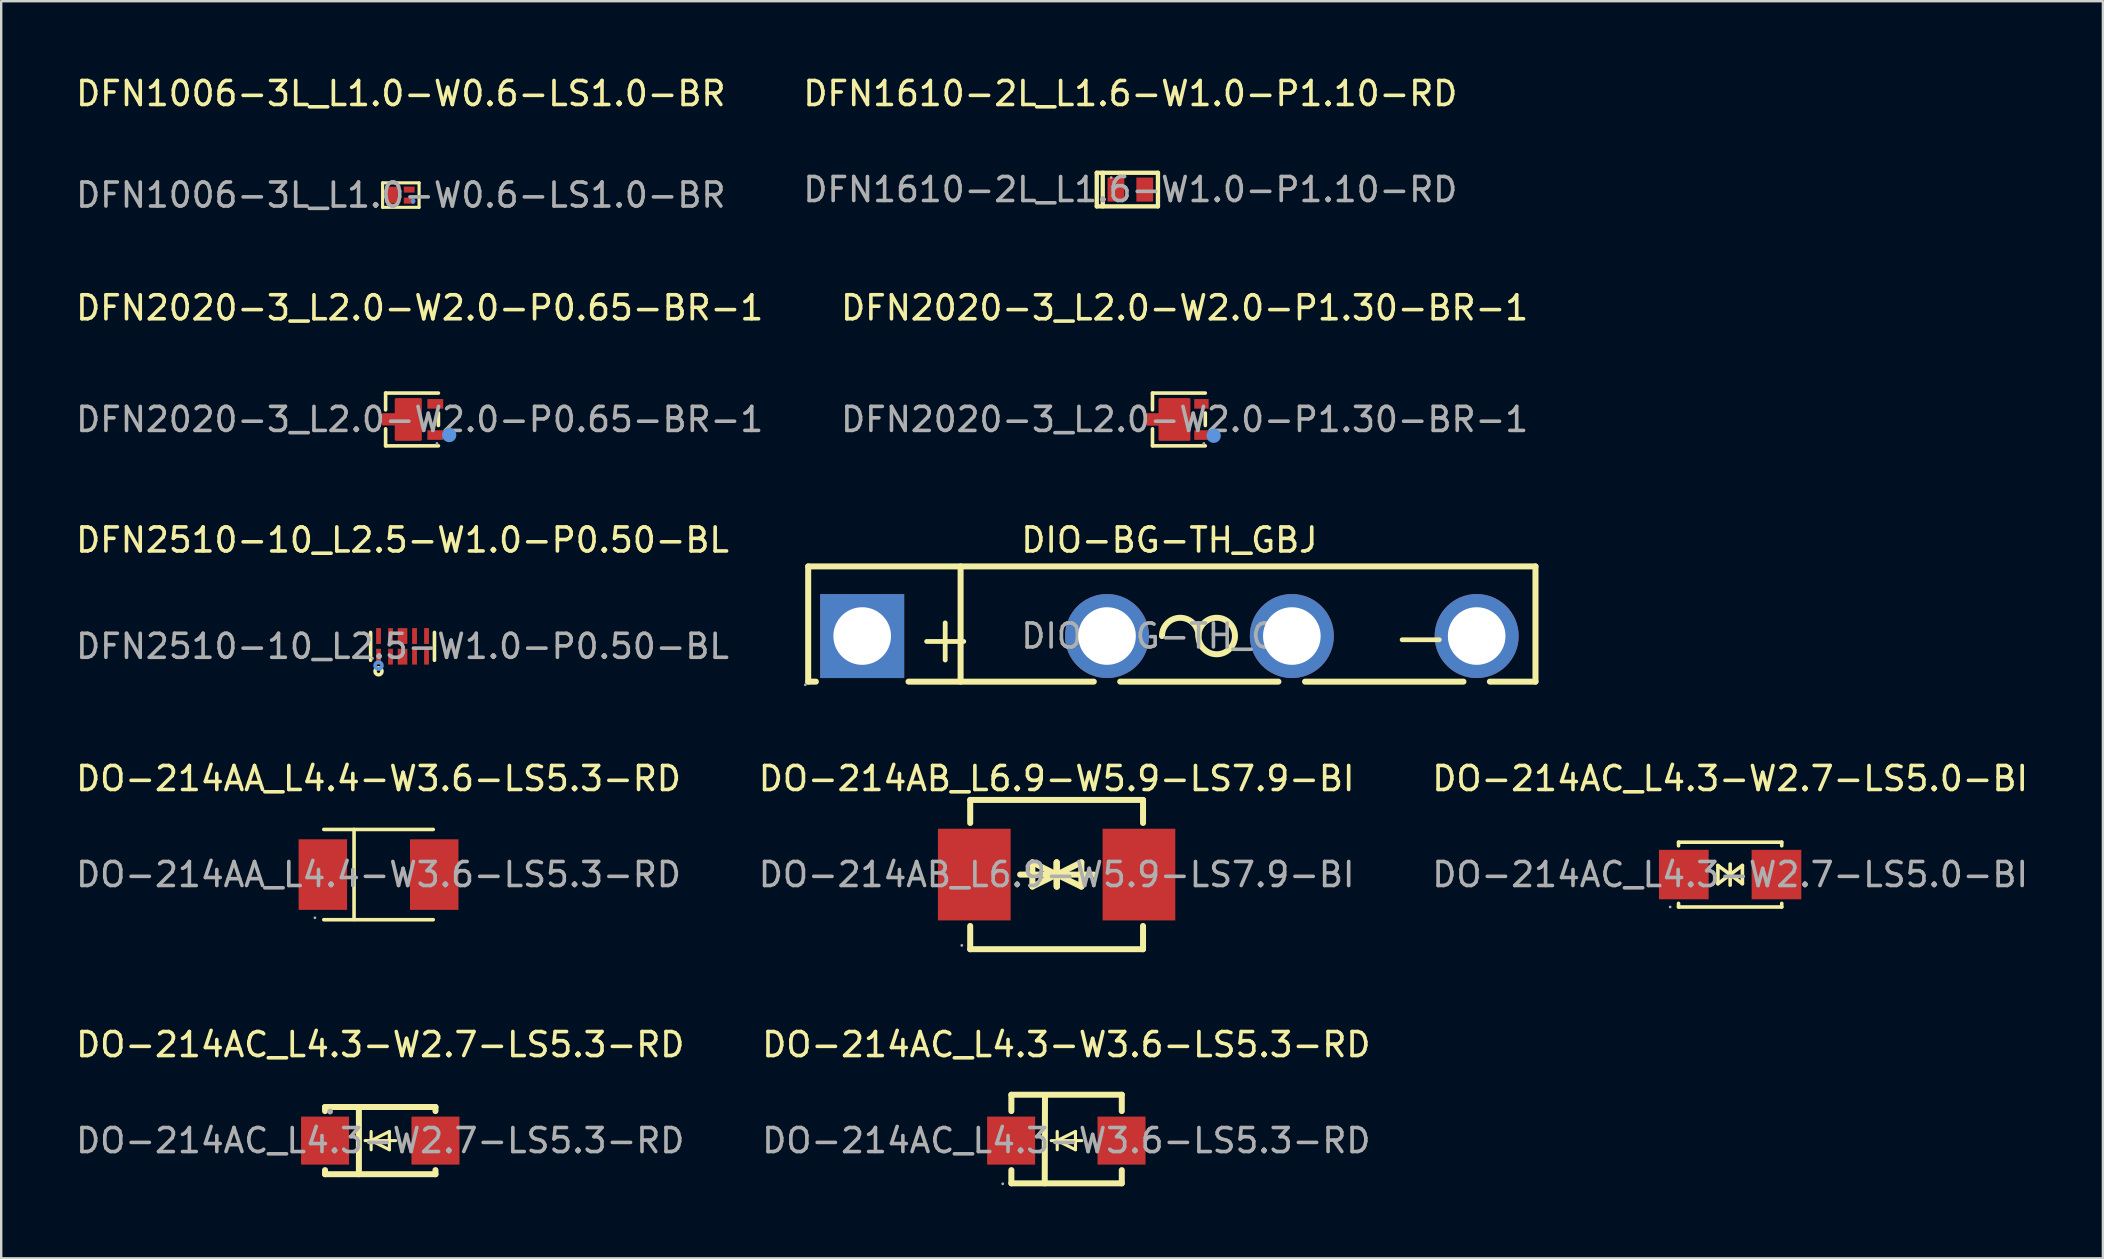
<source format=kicad_pcb>
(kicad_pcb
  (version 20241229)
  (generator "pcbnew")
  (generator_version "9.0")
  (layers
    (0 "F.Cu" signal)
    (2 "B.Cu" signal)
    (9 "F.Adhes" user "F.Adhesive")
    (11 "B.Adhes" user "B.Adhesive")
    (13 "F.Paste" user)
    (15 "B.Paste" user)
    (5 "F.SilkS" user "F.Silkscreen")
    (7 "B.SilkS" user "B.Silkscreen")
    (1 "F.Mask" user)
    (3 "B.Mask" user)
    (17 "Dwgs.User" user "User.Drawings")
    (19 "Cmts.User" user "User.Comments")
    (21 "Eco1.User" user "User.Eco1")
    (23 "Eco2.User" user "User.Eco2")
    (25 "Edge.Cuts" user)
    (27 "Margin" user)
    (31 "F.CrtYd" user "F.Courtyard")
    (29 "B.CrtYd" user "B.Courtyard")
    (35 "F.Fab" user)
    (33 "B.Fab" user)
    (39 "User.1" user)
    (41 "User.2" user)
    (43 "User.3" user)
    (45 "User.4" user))
  (footprint "DFN1006-3L_L1.0-W0.6-LS1.0-BR"
    (layer "F.Cu")
    (at 13.649 5.078)
    (property "Reference" "DFN1006-3L_L1.0-W0.6-LS1.0-BR" (at 0 -4.23 0) (layer "F.SilkS") (effects (font (size 1 1) (thickness 0.15))))
    (attr smd)
    (fp_line (start -0.76 -0.51) (end -0.25 -0.51) (stroke (width 0.13) (type solid)) (layer "F.SilkS"))
    (fp_line (start -0.76 0.51) (end -0.76 -0.51) (stroke (width 0.13) (type solid)) (layer "F.SilkS"))
    (fp_line (start -0.25 -0.51) (end 0.76 -0.51) (stroke (width 0.13) (type solid)) (layer "F.SilkS"))
    (fp_line (start 0.76 -0.51) (end 0.76 0.51) (stroke (width 0.13) (type solid)) (layer "F.SilkS"))
    (fp_line (start 0.76 0.51) (end -0.76 0.51) (stroke (width 0.13) (type solid)) (layer "F.SilkS"))
    (fp_circle (center 0.51 0.25) (end 0.56 0.25) (stroke (width 0.1) (type solid)) (fill no) (layer "Cmts.User"))
    (fp_circle (center 0.5 0.3) (end 0.53 0.3) (stroke (width 0.06) (type solid)) (fill no) (layer "F.Fab"))
    (fp_text user "${REFERENCE}" (at 0 0 0) (layer "F.Fab") (effects (font (size 1 1) (thickness 0.15))))
    (pad "1" smd rect (at 0.35 0.23) (size 0.45 0.25) (layers "F.Cu" "F.Mask" "F.Paste"))
    (pad "2" smd rect (at 0.35 -0.23) (size 0.45 0.25) (layers "F.Cu" "F.Mask" "F.Paste"))
    (pad "3" smd rect (at -0.35 0 180) (size 0.45 0.7) (layers "F.Cu" "F.Mask" "F.Paste")))
  (footprint "DFN1610-2L_L1.6-W1.0-P1.10-RD"
    (layer "F.Cu")
    (at 44.042 4.848)
    (property "Reference" "DFN1610-2L_L1.6-W1.0-P1.10-RD" (at 0 -4 0) (layer "F.SilkS") (effects (font (size 1 1) (thickness 0.15))))
    (attr smd)
    (fp_line (start -1.4 -0.7) (end -1.4 0.7) (stroke (width 0.18) (type solid)) (layer "F.SilkS"))
    (fp_line (start -1.4 -0.7) (end 1.15 -0.7) (stroke (width 0.18) (type solid)) (layer "F.SilkS"))
    (fp_line (start -1.4 0.7) (end 1.15 0.7) (stroke (width 0.18) (type solid)) (layer "F.SilkS"))
    (fp_line (start -1.15 -0.7) (end -1.15 0.7) (stroke (width 0.18) (type solid)) (layer "F.SilkS"))
    (fp_line (start 1.15 -0.7) (end 1.15 0.7) (stroke (width 0.18) (type solid)) (layer "F.SilkS"))
    (fp_circle (center -0.8 -0.5) (end -0.77 -0.5) (stroke (width 0.06) (type solid)) (fill no) (layer "F.Fab"))
    (fp_text user "${REFERENCE}" (at 0 0 0) (layer "F.Fab") (effects (font (size 1 1) (thickness 0.15))))
    (pad "1" smd rect (at -0.6 0 90) (size 1 0.7) (layers "F.Cu" "F.Mask" "F.Paste"))
    (pad "2" smd rect (at 0.6 0 90) (size 1 0.7) (layers "F.Cu" "F.Mask" "F.Paste")))
  (footprint "DFN2510-10_L2.5-W1.0-P0.50-BL"
    (layer "F.Cu")
    (at 13.72 23.878)
    (property "Reference" "DFN2510-10_L2.5-W1.0-P0.50-BL" (at 0 -4.43 0) (layer "F.SilkS") (effects (font (size 1 1) (thickness 0.15))))
    (attr smd)
    (fp_line (start -1.33 0.58) (end -1.33 -0.58) (stroke (width 0.15) (type solid)) (layer "F.SilkS"))
    (fp_line (start 1.33 0.58) (end 1.33 -0.58) (stroke (width 0.15) (type solid)) (layer "F.SilkS"))
    (fp_circle (center -1 1.04) (end -0.93 1.04) (stroke (width 0.15) (type solid)) (fill no) (layer "F.SilkS"))
    (fp_circle (center -1 0.8) (end -0.93 0.8) (stroke (width 0.15) (type solid)) (fill no) (layer "Cmts.User"))
    (fp_circle (center -1.25 0.5) (end -1.22 0.5) (stroke (width 0.06) (type solid)) (fill no) (layer "F.Fab"))
    (fp_text user "${REFERENCE}" (at 0 0 0) (layer "F.Fab") (effects (font (size 1 1) (thickness 0.15))))
    (pad "1" smd rect (at -1 0.43) (size 0.2 0.66) (layers "F.Cu" "F.Mask" "F.Paste"))
    (pad "2" smd rect (at -0.5 0.43) (size 0.2 0.66) (layers "F.Cu" "F.Mask" "F.Paste"))
    (pad "3" smd rect (at 0 0.43) (size 0.4 0.66) (layers "F.Cu" "F.Mask" "F.Paste"))
    (pad "4" smd rect (at 0.5 0.43) (size 0.2 0.66) (layers "F.Cu" "F.Mask" "F.Paste"))
    (pad "5" smd rect (at 1 0.43) (size 0.2 0.66) (layers "F.Cu" "F.Mask" "F.Paste"))
    (pad "6" smd rect (at 1 -0.43) (size 0.2 0.66) (layers "F.Cu" "F.Mask" "F.Paste"))
    (pad "7" smd rect (at 0.5 -0.43) (size 0.2 0.66) (layers "F.Cu" "F.Mask" "F.Paste"))
    (pad "8" smd rect (at 0 -0.43) (size 0.4 0.66) (layers "F.Cu" "F.Mask" "F.Paste"))
    (pad "9" smd rect (at -0.5 -0.43) (size 0.2 0.66) (layers "F.Cu" "F.Mask" "F.Paste"))
    (pad "10" smd rect (at -1 -0.43) (size 0.2 0.66) (layers "F.Cu" "F.Mask" "F.Paste")))
  (footprint "DO-214AC_L4.3-W2.7-LS5.3-RD"
    (layer "F.Cu")
    (at 12.792 44.469)
    (property "Reference" "DO-214AC_L4.3-W2.7-LS5.3-RD" (at 0 -4 0) (layer "F.SilkS") (effects (font (size 1 1) (thickness 0.15))))
    (attr smd)
    (fp_line (start -2.3 -1.4) (end -2.3 -1.23) (stroke (width 0.25) (type solid)) (layer "F.SilkS"))
    (fp_line (start -2.3 -1.4) (end 2.3 -1.4) (stroke (width 0.25) (type solid)) (layer "F.SilkS"))
    (fp_line (start -2.3 1.23) (end -2.3 1.4) (stroke (width 0.25) (type solid)) (layer "F.SilkS"))
    (fp_line (start -2.3 1.4) (end 2.3 1.4) (stroke (width 0.25) (type solid)) (layer "F.SilkS"))
    (fp_line (start -0.89 1.4) (end -0.89 -1.4) (stroke (width 0.25) (type solid)) (layer "F.SilkS"))
    (fp_line (start -0.38 0) (end -0.38 -0.38) (stroke (width 0.13) (type solid)) (layer "F.SilkS"))
    (fp_line (start -0.38 0) (end -0.38 0.38) (stroke (width 0.13) (type solid)) (layer "F.SilkS"))
    (fp_line (start 0.38 -0.38) (end -0.38 0) (stroke (width 0.13) (type solid)) (layer "F.SilkS"))
    (fp_line (start 0.38 0) (end 0.38 -0.38) (stroke (width 0.13) (type solid)) (layer "F.SilkS"))
    (fp_line (start 0.38 0) (end 0.38 0.38) (stroke (width 0.13) (type solid)) (layer "F.SilkS"))
    (fp_line (start 0.38 0.38) (end -0.38 0) (stroke (width 0.13) (type solid)) (layer "F.SilkS"))
    (fp_line (start 0.64 0) (end -0.63 0) (stroke (width 0.13) (type solid)) (layer "F.SilkS"))
    (fp_line (start 2.3 -1.4) (end 2.3 -1.23) (stroke (width 0.25) (type solid)) (layer "F.SilkS"))
    (fp_line (start 2.3 1.23) (end 2.3 1.4) (stroke (width 0.25) (type solid)) (layer "F.SilkS"))
    (fp_circle (center -2.09 -1.21) (end -2.03 -1.21) (stroke (width 0.12) (type solid)) (fill no) (layer "F.Fab"))
    (fp_text user "${REFERENCE}" (at 0 0 0) (layer "F.Fab") (effects (font (size 1 1) (thickness 0.15))))
    (pad "1" smd rect (at -2.3 0 180) (size 2 2) (layers "F.Cu" "F.Mask" "F.Paste"))
    (pad "2" smd rect (at 2.3 0 180) (size 2 2) (layers "F.Cu" "F.Mask" "F.Paste")))
  (footprint "DO-214AC_L4.3-W2.7-LS5.0-BI"
    (layer "F.Cu")
    (at 69.03 33.386)
    (property "Reference" "DO-214AC_L4.3-W2.7-LS5.0-BI" (at 0 -4 0) (layer "F.SilkS") (effects (font (size 1 1) (thickness 0.15))))
    (attr smd)
    (fp_line (start -2.15 -1.35) (end -2.15 -1.2) (stroke (width 0.15) (type solid)) (layer "F.SilkS"))
    (fp_line (start -2.15 -1.35) (end 2.15 -1.35) (stroke (width 0.15) (type solid)) (layer "F.SilkS"))
    (fp_line (start -2.15 1.2) (end -2.15 1.35) (stroke (width 0.15) (type solid)) (layer "F.SilkS"))
    (fp_line (start -2.15 1.35) (end 2.15 1.35) (stroke (width 0.15) (type solid)) (layer "F.SilkS"))
    (fp_line (start -0.51 -0.38) (end 0 0) (stroke (width 0.15) (type solid)) (layer "F.SilkS"))
    (fp_line (start -0.51 0.38) (end -0.51 -0.38) (stroke (width 0.15) (type solid)) (layer "F.SilkS"))
    (fp_line (start 0 -0.44) (end 0 0.44) (stroke (width 0.15) (type solid)) (layer "F.SilkS"))
    (fp_line (start 0 0) (end -0.51 0.38) (stroke (width 0.15) (type solid)) (layer "F.SilkS"))
    (fp_line (start 0 0) (end 0.51 -0.38) (stroke (width 0.15) (type solid)) (layer "F.SilkS"))
    (fp_line (start 0.51 -0.38) (end 0.51 0.38) (stroke (width 0.15) (type solid)) (layer "F.SilkS"))
    (fp_line (start 0.51 0.38) (end 0 0) (stroke (width 0.15) (type solid)) (layer "F.SilkS"))
    (fp_line (start 2.15 -1.35) (end 2.15 -1.2) (stroke (width 0.15) (type solid)) (layer "F.SilkS"))
    (fp_line (start 2.15 1.2) (end 2.15 1.35) (stroke (width 0.15) (type solid)) (layer "F.SilkS"))
    (fp_circle (center -2.5 1.35) (end -2.47 1.35) (stroke (width 0.06) (type solid)) (fill no) (layer "F.Fab"))
    (fp_text user "${REFERENCE}" (at 0 0 0) (layer "F.Fab") (effects (font (size 1 1) (thickness 0.15))))
    (pad "1" smd rect (at -1.93 0) (size 2.07 2.06) (layers "F.Cu" "F.Mask" "F.Paste"))
    (pad "2" smd rect (at 1.93 0) (size 2.07 2.06) (layers "F.Cu" "F.Mask" "F.Paste")))
  (footprint "DO-214AA_L4.4-W3.6-LS5.3-RD"
    (layer "F.Cu")
    (at 12.72 33.386)
    (property "Reference" "DO-214AA_L4.4-W3.6-LS5.3-RD" (at 0 -4 0) (layer "F.SilkS") (effects (font (size 1 1) (thickness 0.15))))
    (attr smd)
    (fp_line (start -2.28 -1.88) (end 2.28 -1.88) (stroke (width 0.15) (type solid)) (layer "F.SilkS"))
    (fp_line (start -2.28 1.88) (end 2.28 1.88) (stroke (width 0.15) (type solid)) (layer "F.SilkS"))
    (fp_line (start -1.02 -1.88) (end -1.02 1.87) (stroke (width 0.15) (type solid)) (layer "F.SilkS"))
    (fp_circle (center -2.65 1.8) (end -2.62 1.8) (stroke (width 0.06) (type solid)) (fill no) (layer "F.Fab"))
    (fp_text user "${REFERENCE}" (at 0 0 0) (layer "F.Fab") (effects (font (size 1 1) (thickness 0.15))))
    (pad "1" smd rect (at -2.32 0) (size 2.02 2.94) (layers "F.Cu" "F.Mask" "F.Paste"))
    (pad "2" smd rect (at 2.32 0) (size 2.02 2.94) (layers "F.Cu" "F.Mask" "F.Paste")))
  (footprint "DIO-BG-TH_GBJ"
    (layer "F.Cu")
    (at 45.67 23.448)
    (property "Reference" "DIO-BG-TH_GBJ" (at 0 -4 0) (layer "F.SilkS") (effects (font (size 1 1) (thickness 0.15))))
    (attr through_hole)
    (fp_line (start -15.05 -2.9) (end -15.05 1.9) (stroke (width 0.25) (type solid)) (layer "F.SilkS"))
    (fp_line (start -15.05 -2.9) (end 15.25 -2.9) (stroke (width 0.25) (type solid)) (layer "F.SilkS"))
    (fp_line (start -15.05 1.9) (end -14.73 1.9) (stroke (width 0.25) (type solid)) (layer "F.SilkS"))
    (fp_line (start -10.87 1.9) (end -3.15 1.9) (stroke (width 0.25) (type solid)) (layer "F.SilkS"))
    (fp_line (start -8.7 -2.9) (end -8.7 1.9) (stroke (width 0.25) (type solid)) (layer "F.SilkS"))
    (fp_line (start -2.05 1.9) (end 4.54 1.9) (stroke (width 0.25) (type solid)) (layer "F.SilkS"))
    (fp_line (start 5.65 1.9) (end 12.25 1.9) (stroke (width 0.25) (type solid)) (layer "F.SilkS"))
    (fp_line (start 13.35 1.9) (end 15.25 1.9) (stroke (width 0.25) (type solid)) (layer "F.SilkS"))
    (fp_line (start 15.25 1.9) (end 15.25 -2.9) (stroke (width 0.25) (type solid)) (layer "F.SilkS"))
    (fp_arc (start -0.31 0) (mid 0.45 -0.76) (end 1.21 0) (stroke (width 0.25) (type solid)) (layer "F.SilkS"))
    (fp_arc (start 1.210116 -0.013264) (mid 2.729971 0.006632) (end 1.21 0) (stroke (width 0.25) (type solid)) (layer "F.SilkS"))
    (fp_circle (center -15.17 2.03) (end -15.14 2.03) (stroke (width 0.06) (type solid)) (fill no) (layer "F.Fab"))
    (fp_text user "+" (at -10.73 0.07 0) (layer "F.SilkS") (effects (font (size 2.03 2.03) (thickness 0.2)) (justify left)))
    (fp_text user "-" (at 9.08 0 0) (layer "F.SilkS") (effects (font (size 2.03 2.03) (thickness 0.2)) (justify left)))
    (fp_text user "${REFERENCE}" (at 0 0 0) (layer "F.Fab") (effects (font (size 1 1) (thickness 0.15))))
    (pad "1" thru_hole rect (at -12.8 0) (size 3.5 3.5) (drill 2.4) (layers "*.Cu" "*.Mask"))
    (pad "2" thru_hole circle (at -2.6 0) (size 3.5 3.5) (drill 2.4) (layers "*.Cu" "*.Mask"))
    (pad "3" thru_hole circle (at 5.1 0) (size 3.5 3.5) (drill 2.4) (layers "*.Cu" "*.Mask"))
    (pad "4" thru_hole circle (at 12.8 0) (size 3.5 3.5) (drill 2.4) (layers "*.Cu" "*.Mask")))
  (footprint "DO-214AC_L4.3-W3.6-LS5.3-RD"
    (layer "F.Cu")
    (at 41.375 44.469)
    (property "Reference" "DO-214AC_L4.3-W3.6-LS5.3-RD" (at 0 -4 0) (layer "F.SilkS") (effects (font (size 1 1) (thickness 0.15))))
    (attr smd)
    (fp_line (start -2.29 -1.91) (end -2.29 -1.23) (stroke (width 0.25) (type solid)) (layer "F.SilkS"))
    (fp_line (start -2.29 -1.91) (end 2.31 -1.91) (stroke (width 0.25) (type solid)) (layer "F.SilkS"))
    (fp_line (start -2.29 1.23) (end -2.29 1.78) (stroke (width 0.25) (type solid)) (layer "F.SilkS"))
    (fp_line (start -2.29 1.78) (end 2.31 1.78) (stroke (width 0.25) (type solid)) (layer "F.SilkS"))
    (fp_line (start -0.89 -1.8) (end -0.9 1.78) (stroke (width 0.25) (type solid)) (layer "F.SilkS"))
    (fp_line (start -0.38 0) (end -0.38 -0.38) (stroke (width 0.13) (type solid)) (layer "F.SilkS"))
    (fp_line (start -0.38 0) (end -0.38 0.38) (stroke (width 0.13) (type solid)) (layer "F.SilkS"))
    (fp_line (start 0.38 -0.38) (end -0.38 0) (stroke (width 0.13) (type solid)) (layer "F.SilkS"))
    (fp_line (start 0.38 0) (end 0.38 -0.38) (stroke (width 0.13) (type solid)) (layer "F.SilkS"))
    (fp_line (start 0.38 0) (end 0.38 0.38) (stroke (width 0.13) (type solid)) (layer "F.SilkS"))
    (fp_line (start 0.38 0.38) (end -0.38 0) (stroke (width 0.13) (type solid)) (layer "F.SilkS"))
    (fp_line (start 0.64 0) (end -0.63 0) (stroke (width 0.13) (type solid)) (layer "F.SilkS"))
    (fp_line (start 2.31 -1.91) (end 2.31 -1.23) (stroke (width 0.25) (type solid)) (layer "F.SilkS"))
    (fp_line (start 2.31 1.23) (end 2.31 1.78) (stroke (width 0.25) (type solid)) (layer "F.SilkS"))
    (fp_circle (center -2.65 1.8) (end -2.62 1.8) (stroke (width 0.06) (type solid)) (fill no) (layer "F.Fab"))
    (fp_text user "${REFERENCE}" (at 0 0 0) (layer "F.Fab") (effects (font (size 1 1) (thickness 0.15))))
    (pad "1" smd rect (at -2.3 0 180) (size 2 2) (layers "F.Cu" "F.Mask" "F.Paste"))
    (pad "2" smd rect (at 2.3 0 180) (size 2 2) (layers "F.Cu" "F.Mask" "F.Paste")))
  (footprint "DFN2020-3_L2.0-W2.0-P1.30-BR-1"
    (layer "F.Cu")
    (at 46.304 14.425)
    (property "Reference" "DFN2020-3_L2.0-W2.0-P1.30-BR-1" (at 0 -4.65 0) (layer "F.SilkS") (effects (font (size 1 1) (thickness 0.15))))
    (attr smd)
    (fp_line (start -1.34 -1.1) (end -1.34 -0.4) (stroke (width 0.15) (type solid)) (layer "F.SilkS"))
    (fp_line (start -1.34 -1.1) (end 0.86 -1.1) (stroke (width 0.15) (type solid)) (layer "F.SilkS"))
    (fp_line (start -1.34 1.1) (end -1.34 0.39) (stroke (width 0.15) (type solid)) (layer "F.SilkS"))
    (fp_line (start 0.86 -0.27) (end 0.86 0.25) (stroke (width 0.15) (type solid)) (layer "F.SilkS"))
    (fp_line (start 0.86 1.1) (end -1.34 1.1) (stroke (width 0.15) (type solid)) (layer "F.SilkS"))
    (fp_circle (center 1.21 0.68) (end 1.36 0.68) (stroke (width 0.3) (type solid)) (fill no) (layer "Cmts.User"))
    (fp_circle (center 0.8 1) (end 0.83 1) (stroke (width 0.06) (type solid)) (fill no) (layer "F.Fab"))
    (fp_text user "${REFERENCE}" (at 0 0 0) (layer "F.Fab") (effects (font (size 1 1) (thickness 0.15))))
    (pad "1" smd rect (at 0.7 0.65) (size 0.6 0.4) (layers "F.Cu" "F.Mask" "F.Paste"))
    (pad "2" smd rect (at 0.7 -0.65) (size 0.6 0.4) (layers "F.Cu" "F.Mask" "F.Paste"))
    (pad "3" smd custom (at -0.7 0) (size 0.01 0.01) (layers "F.Cu" "F.Mask" "F.Paste") (options (anchor circle)) (primitives (gr_poly (pts (xy -0.88 -0.21) (xy -0.34 -0.21) (xy -0.34 -0.84) (xy 0.89 -0.84) (xy 0.89 0.84) (xy -0.34 0.84) (xy -0.34 0.21) (xy -0.88 0.21) (xy -0.88 -0.21)) (width 0.1) (fill yes)))))
  (footprint "DO-214AB_L6.9-W5.9-LS7.9-BI"
    (layer "F.Cu")
    (at 40.97 33.386)
    (property "Reference" "DO-214AB_L6.9-W5.9-LS7.9-BI" (at 0 -4 0) (layer "F.SilkS") (effects (font (size 1 1) (thickness 0.15))))
    (attr through_hole)
    (fp_line (start -3.6 -2.15) (end -3.6 -3.11) (stroke (width 0.25) (type solid)) (layer "F.SilkS"))
    (fp_line (start -3.6 3.11) (end -3.6 2.14) (stroke (width 0.25) (type solid)) (layer "F.SilkS"))
    (fp_line (start -1.52 0) (end 0.51 0) (stroke (width 0.25) (type solid)) (layer "F.SilkS"))
    (fp_line (start -1.01 -0.51) (end -1.01 0.5) (stroke (width 0.25) (type solid)) (layer "F.SilkS"))
    (fp_line (start -1.01 0.5) (end 0 0) (stroke (width 0.25) (type solid)) (layer "F.SilkS"))
    (fp_line (start 0 -0.51) (end 0 0.5) (stroke (width 0.25) (type solid)) (layer "F.SilkS"))
    (fp_line (start 0 0) (end -1.01 -0.51) (stroke (width 0.25) (type solid)) (layer "F.SilkS"))
    (fp_line (start 0 0) (end 0 -0.51) (stroke (width 0.25) (type solid)) (layer "F.SilkS"))
    (fp_line (start 0.01 0) (end 0.01 0.5) (stroke (width 0.25) (type solid)) (layer "F.SilkS"))
    (fp_line (start 0.01 0) (end 1.03 0.5) (stroke (width 0.25) (type solid)) (layer "F.SilkS"))
    (fp_line (start 0.01 0.5) (end 0.01 -0.51) (stroke (width 0.25) (type solid)) (layer "F.SilkS"))
    (fp_line (start 1.03 -0.51) (end 0.01 0) (stroke (width 0.25) (type solid)) (layer "F.SilkS"))
    (fp_line (start 1.03 0.5) (end 1.03 -0.51) (stroke (width 0.25) (type solid)) (layer "F.SilkS"))
    (fp_line (start 1.54 0) (end -0.49 0) (stroke (width 0.25) (type solid)) (layer "F.SilkS"))
    (fp_line (start 3.6 -3.11) (end -3.6 -3.11) (stroke (width 0.25) (type solid)) (layer "F.SilkS"))
    (fp_line (start 3.6 -2.15) (end 3.6 -3.11) (stroke (width 0.25) (type solid)) (layer "F.SilkS"))
    (fp_line (start 3.6 3.11) (end -3.6 3.11) (stroke (width 0.25) (type solid)) (layer "F.SilkS"))
    (fp_line (start 3.6 3.11) (end 3.6 2.14) (stroke (width 0.25) (type solid)) (layer "F.SilkS"))
    (fp_circle (center -3.95 2.95) (end -3.92 2.95) (stroke (width 0.06) (type solid)) (fill no) (layer "F.Fab"))
    (fp_text user "${REFERENCE}" (at 0 0 0) (layer "F.Fab") (effects (font (size 1 1) (thickness 0.15))))
    (pad "1" smd rect (at -3.43 0) (size 3.03 3.82) (layers "F.Cu" "F.Mask" "F.Paste"))
    (pad "2" smd rect (at 3.43 0) (size 3.03 3.82) (layers "F.Cu" "F.Mask" "F.Paste")))
  (footprint "DFN2020-3_L2.0-W2.0-P0.65-BR-1"
    (layer "F.Cu")
    (at 14.435 14.425)
    (property "Reference" "DFN2020-3_L2.0-W2.0-P0.65-BR-1" (at 0 -4.65 0) (layer "F.SilkS") (effects (font (size 1 1) (thickness 0.15))))
    (attr smd)
    (fp_line (start -1.42 -1.1) (end -1.42 -0.4) (stroke (width 0.15) (type solid)) (layer "F.SilkS"))
    (fp_line (start -1.42 -1.1) (end 0.78 -1.1) (stroke (width 0.15) (type solid)) (layer "F.SilkS"))
    (fp_line (start -1.42 1.1) (end -1.42 0.39) (stroke (width 0.15) (type solid)) (layer "F.SilkS"))
    (fp_line (start 0.78 -0.27) (end 0.78 0.25) (stroke (width 0.15) (type solid)) (layer "F.SilkS"))
    (fp_line (start 0.78 1.1) (end -1.42 1.1) (stroke (width 0.15) (type solid)) (layer "F.SilkS"))
    (fp_circle (center 1.23 0.65) (end 1.38 0.65) (stroke (width 0.3) (type solid)) (fill no) (layer "Cmts.User"))
    (fp_circle (center 0.72 1) (end 0.75 1) (stroke (width 0.06) (type solid)) (fill no) (layer "F.Fab"))
    (fp_text user "${REFERENCE}" (at 0 0 0) (layer "F.Fab") (effects (font (size 1 1) (thickness 0.15))))
    (pad "1" smd rect (at 0.65 0.65) (size 0.66 0.4) (layers "F.Cu" "F.Mask" "F.Paste"))
    (pad "2" smd rect (at 0.65 -0.65) (size 0.66 0.4) (layers "F.Cu" "F.Mask" "F.Paste"))
    (pad "3" smd custom (at -0.65 0) (size 0.01 0.01) (layers "F.Cu" "F.Mask" "F.Paste") (options (anchor circle)) (primitives (gr_poly (pts (xy -0.88 -0.21) (xy -0.34 -0.21) (xy -0.34 -0.84) (xy 0.69 -0.84) (xy 0.69 0.84) (xy -0.34 0.84) (xy -0.34 0.2) (xy -0.88 0.2) (xy -0.88 -0.21)) (width 0.1) (fill yes)))))
  (gr_rect
    (start -3 -3)
    (end 84.56 49.374)
    (stroke (width 0.1) (type default))
    (fill no)
    (layer "Edge.Cuts")))
</source>
